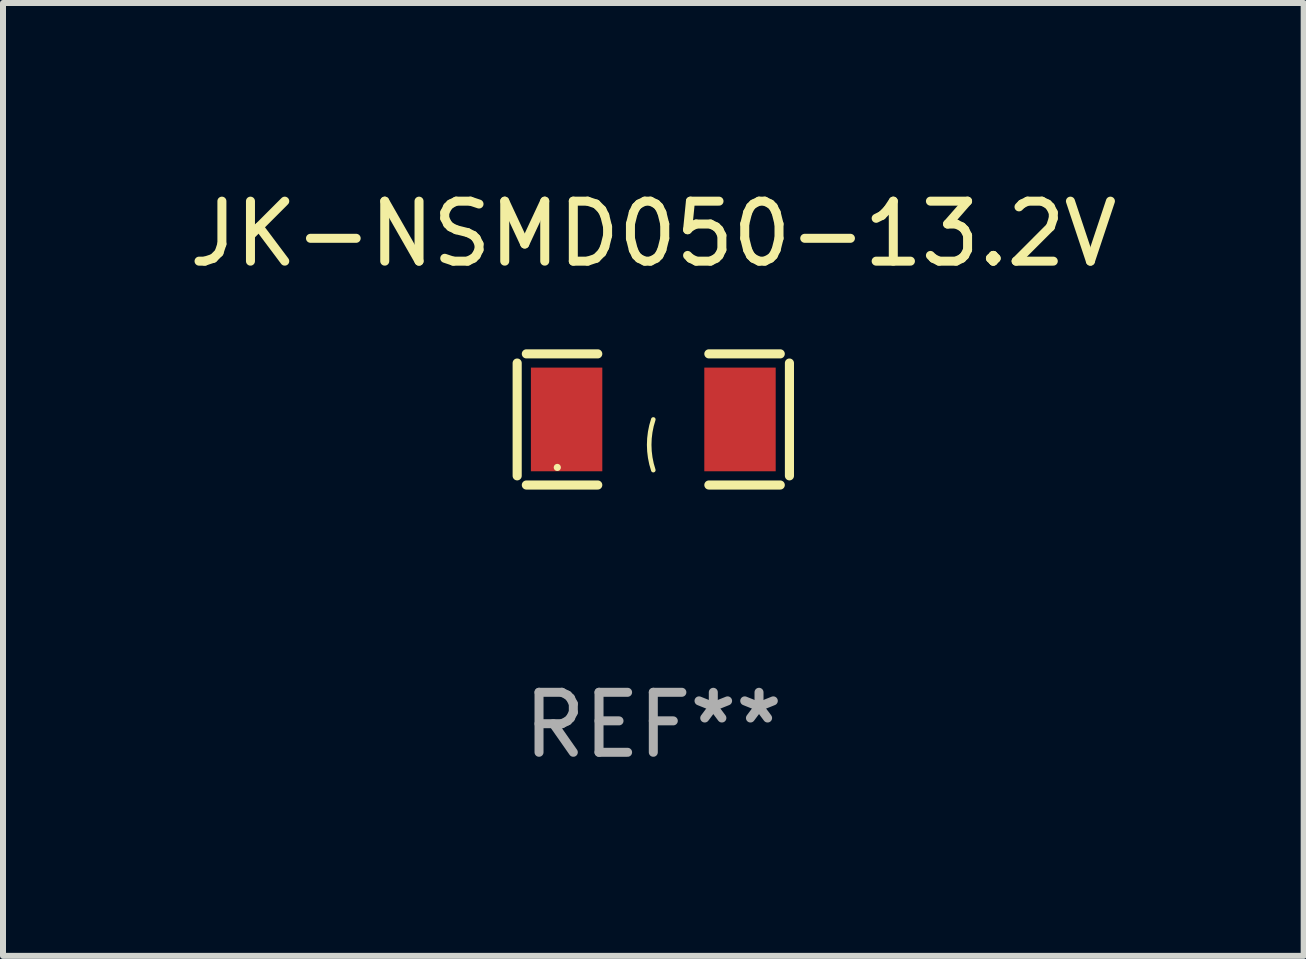
<source format=kicad_pcb>
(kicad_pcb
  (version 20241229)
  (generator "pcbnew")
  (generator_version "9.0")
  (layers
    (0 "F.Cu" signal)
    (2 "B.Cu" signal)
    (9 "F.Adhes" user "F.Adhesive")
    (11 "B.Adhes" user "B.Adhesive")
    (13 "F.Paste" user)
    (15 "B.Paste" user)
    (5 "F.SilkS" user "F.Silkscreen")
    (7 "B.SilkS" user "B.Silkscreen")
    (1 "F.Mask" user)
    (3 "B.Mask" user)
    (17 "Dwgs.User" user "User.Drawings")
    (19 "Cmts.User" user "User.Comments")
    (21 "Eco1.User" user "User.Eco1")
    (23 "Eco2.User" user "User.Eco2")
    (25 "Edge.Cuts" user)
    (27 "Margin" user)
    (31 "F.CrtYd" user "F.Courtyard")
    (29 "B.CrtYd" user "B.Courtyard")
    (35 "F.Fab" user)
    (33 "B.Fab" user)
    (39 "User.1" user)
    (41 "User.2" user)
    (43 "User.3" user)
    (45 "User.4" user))
  (footprint "JK-NSMD050-13.2V"
    (layer "F.Cu")
    (at 7.839 3.941)
    (property "Reference" "JK-NSMD050-13.2V" (at 0 -3.093 0) (layer "F.SilkS") (effects (font (size 1 1) (thickness 0.15))))
    (attr through_hole)
    (fp_line (start -2.269 -0.94) (end -2.269 0.94) (stroke (width 0.152) (type solid)) (layer "F.SilkS"))
    (fp_line (start -2.116 1.093) (end -0.926 1.093) (stroke (width 0.152) (type solid)) (layer "F.SilkS"))
    (fp_line (start -0.926 -1.093) (end -2.116 -1.093) (stroke (width 0.152) (type solid)) (layer "F.SilkS"))
    (fp_line (start 0.926 -1.093) (end 2.116 -1.093) (stroke (width 0.152) (type solid)) (layer "F.SilkS"))
    (fp_line (start 2.116 1.093) (end 0.926 1.093) (stroke (width 0.152) (type solid)) (layer "F.SilkS"))
    (fp_line (start 2.269 -0.94) (end 2.269 0.94) (stroke (width 0.152) (type solid)) (layer "F.SilkS"))
    (fp_arc (start 0 0.844951) (mid -0.068559 0.422475) (end 0 0) (stroke (width 0.0762) (type solid)) (layer "F.SilkS"))
    (fp_circle (center -1.6 0.8) (end -1.57 0.8) (stroke (width 0.06) (type solid)) (fill no) (layer "F.SilkS"))
    (fp_text user "REF**" (at 0 5.093 0) (layer "F.Fab") (effects (font (size 1 1) (thickness 0.15))))
    (pad "1" smd rect (at -1.445 0) (size 1.19 1.728) (layers "F.Cu" "F.Mask" "F.Paste"))
    (pad "2" smd rect (at 1.445 0) (size 1.19 1.728) (layers "F.Cu" "F.Mask" "F.Paste")))
  (gr_rect
    (start -3 -3)
    (end 18.679 12.882)
    (stroke (width 0.1) (type default))
    (fill no)
    (layer "Edge.Cuts")))
</source>
